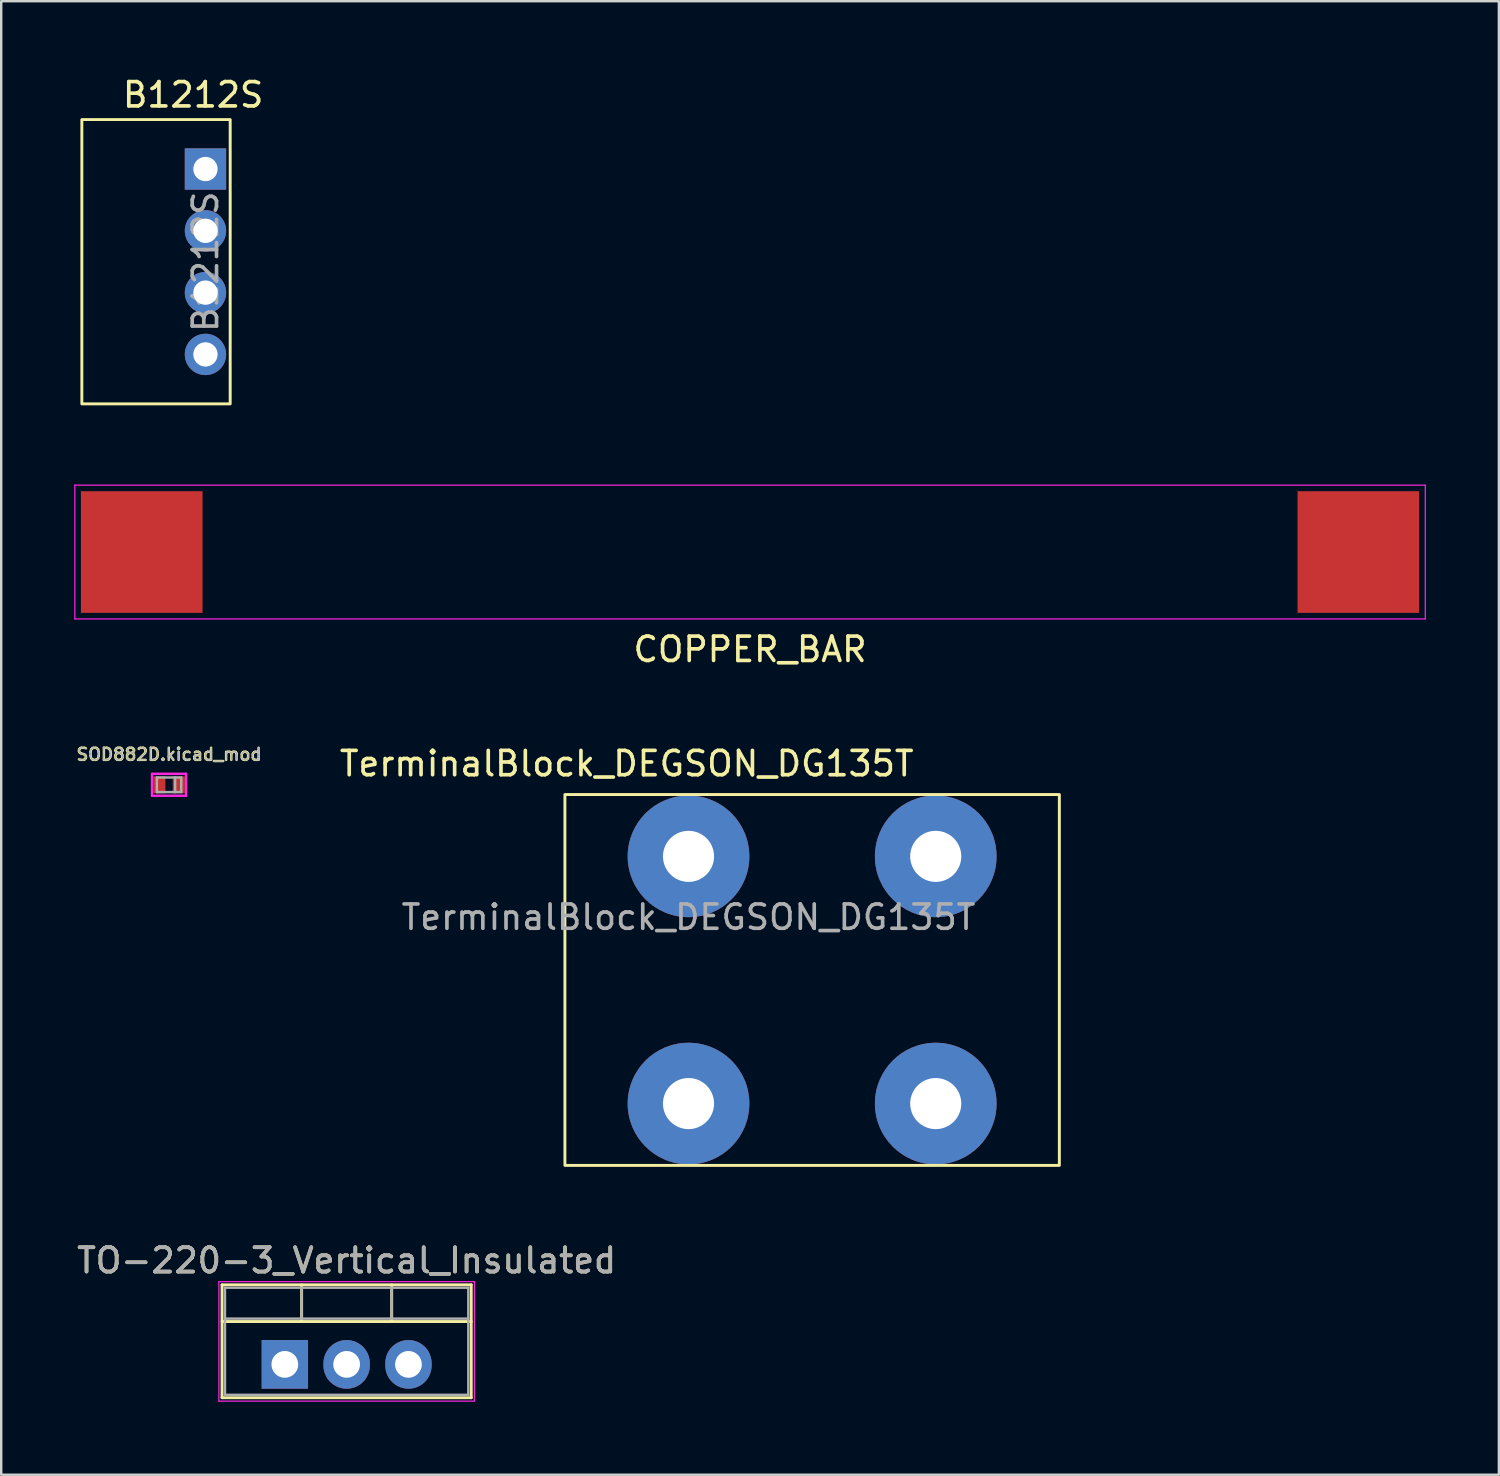
<source format=kicad_pcb>
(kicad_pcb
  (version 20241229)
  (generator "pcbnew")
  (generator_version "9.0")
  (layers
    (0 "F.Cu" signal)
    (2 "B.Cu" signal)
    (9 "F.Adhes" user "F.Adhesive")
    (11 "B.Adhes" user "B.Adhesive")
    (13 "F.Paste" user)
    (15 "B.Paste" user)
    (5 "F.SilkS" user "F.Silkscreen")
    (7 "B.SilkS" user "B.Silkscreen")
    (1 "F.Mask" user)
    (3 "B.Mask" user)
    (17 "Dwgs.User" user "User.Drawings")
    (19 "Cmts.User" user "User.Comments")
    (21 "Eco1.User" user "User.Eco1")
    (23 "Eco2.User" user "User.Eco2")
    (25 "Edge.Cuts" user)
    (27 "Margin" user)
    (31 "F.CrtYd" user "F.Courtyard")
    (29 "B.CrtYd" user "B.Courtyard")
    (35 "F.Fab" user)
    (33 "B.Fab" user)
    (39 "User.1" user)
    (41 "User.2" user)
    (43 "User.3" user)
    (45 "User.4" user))
  (footprint "B1212S"
    (layer "F.Cu")
    (at 5.394 3.896)
    (property "Reference" "B1212S" (at -0.508 -3.048 180) (layer "F.SilkS") (effects (font (size 1 1) (thickness 0.15))))
    (attr through_hole)
    (fp_rect (start -5.08 -2.032) (end 1.016 9.652) (stroke (width 0.12) (type solid)) (fill no) (layer "F.SilkS"))
    (fp_rect (start -5.334 -2.286) (end 1.27 9.906) (stroke (width 0.12) (type solid)) (fill no) (layer "Margin"))
    (fp_text user "${REFERENCE}" (at 0 3.81 270) (layer "F.Fab") (effects (font (size 1 1) (thickness 0.15))))
    (pad "1" thru_hole rect (at 0 0) (size 1.7 1.7) (drill 1) (layers "*.Cu" "*.Mask"))
    (pad "2" thru_hole oval (at 0 2.54) (size 1.7 1.7) (drill 1) (layers "*.Cu" "*.Mask"))
    (pad "3" thru_hole oval (at 0 5.08) (size 1.7 1.7) (drill 1) (layers "*.Cu" "*.Mask"))
    (pad "4" thru_hole oval (at 0 7.62) (size 1.7 1.7) (drill 1) (layers "*.Cu" "*.Mask")))
  (footprint "COPPER_BAR"
    (layer "F.Cu")
    (at 27.775 19.637)
    (property "Reference" "COPPER_BAR" (at 0 4 0) (layer "F.SilkS") (effects (font (size 1 1) (thickness 0.15))))
    (attr smd exclude_from_pos_files)
    (fp_line (start -27.75 -2.75) (end 27.75 -2.75) (stroke (width 0.05) (type solid)) (layer "F.CrtYd"))
    (fp_line (start -27.75 2.75) (end -27.75 -2.75) (stroke (width 0.05) (type solid)) (layer "F.CrtYd"))
    (fp_line (start 27.75 -2.75) (end 27.75 2.75) (stroke (width 0.05) (type solid)) (layer "F.CrtYd"))
    (fp_line (start 27.75 2.75) (end -27.75 2.75) (stroke (width 0.05) (type solid)) (layer "F.CrtYd"))
    (pad "1" smd rect (at -25 0) (size 5 5) (layers "F.Cu" "F.Mask" "F.Paste"))
    (pad "2" smd rect (at 25 0) (size 5 5) (layers "F.Cu" "F.Mask" "F.Paste")))
  (footprint "TO-220-3_Vertical_Insulated"
    (layer "F.Cu")
    (at 8.656 53.022)
    (property "Reference" "TO-220-3_Vertical_Insulated" (at 2.54 -4.27 0) (layer "F.SilkS") (effects (font (size 1 1) (thickness 0.15))))
    (attr through_hole)
    (fp_line (start -2.58 -3.27) (end -2.58 1.371) (stroke (width 0.12) (type solid)) (layer "F.SilkS"))
    (fp_line (start -2.58 -3.27) (end 7.66 -3.27) (stroke (width 0.12) (type solid)) (layer "F.SilkS"))
    (fp_line (start -2.58 -1.76) (end 7.66 -1.76) (stroke (width 0.12) (type solid)) (layer "F.SilkS"))
    (fp_line (start -2.58 1.371) (end 7.66 1.371) (stroke (width 0.12) (type solid)) (layer "F.SilkS"))
    (fp_line (start 0.69 -3.27) (end 0.69 -1.76) (stroke (width 0.12) (type solid)) (layer "F.SilkS"))
    (fp_line (start 4.391 -3.27) (end 4.391 -1.76) (stroke (width 0.12) (type solid)) (layer "F.SilkS"))
    (fp_line (start 7.66 -3.27) (end 7.66 1.371) (stroke (width 0.12) (type solid)) (layer "F.SilkS"))
    (fp_line (start -2.71 -3.4) (end -2.71 1.51) (stroke (width 0.05) (type solid)) (layer "F.CrtYd"))
    (fp_line (start -2.71 1.51) (end 7.79 1.51) (stroke (width 0.05) (type solid)) (layer "F.CrtYd"))
    (fp_line (start 7.79 -3.4) (end -2.71 -3.4) (stroke (width 0.05) (type solid)) (layer "F.CrtYd"))
    (fp_line (start 7.79 1.51) (end 7.79 -3.4) (stroke (width 0.05) (type solid)) (layer "F.CrtYd"))
    (fp_line (start -2.46 -3.15) (end -2.46 1.25) (stroke (width 0.1) (type solid)) (layer "F.Fab"))
    (fp_line (start -2.46 -1.88) (end 7.54 -1.88) (stroke (width 0.1) (type solid)) (layer "F.Fab"))
    (fp_line (start -2.46 1.25) (end 7.54 1.25) (stroke (width 0.1) (type solid)) (layer "F.Fab"))
    (fp_line (start 0.69 -3.15) (end 0.69 -1.88) (stroke (width 0.1) (type solid)) (layer "F.Fab"))
    (fp_line (start 4.39 -3.15) (end 4.39 -1.88) (stroke (width 0.1) (type solid)) (layer "F.Fab"))
    (fp_line (start 7.54 -3.15) (end -2.46 -3.15) (stroke (width 0.1) (type solid)) (layer "F.Fab"))
    (fp_line (start 7.54 1.25) (end 7.54 -3.15) (stroke (width 0.1) (type solid)) (layer "F.Fab"))
    (fp_text user "${REFERENCE}" (at 2.54 -4.27 0) (layer "F.Fab") (effects (font (size 1 1) (thickness 0.15))))
    (pad "1" thru_hole rect (at 0 0) (size 1.905 2) (drill 1.1) (layers "*.Cu" "*.Mask"))
    (pad "2" thru_hole oval (at 2.54 0) (size 1.905 2) (drill 1.1) (layers "*.Cu" "*.Mask"))
    (pad "3" thru_hole oval (at 5.08 0) (size 1.905 2) (drill 1.1) (layers "*.Cu" "*.Mask")))
  (footprint "SOD882D.kicad_mod"
    (layer "F.Cu")
    (at 3.898 29.203)
    (property "Reference" "SOD882D.kicad_mod" (at 0 -1.25 0) (layer "F.SilkS") (effects (font (size 0.5 0.5) (thickness 0.1))))
    (attr smd)
    (fp_line (start -0.7 -0.45) (end 0.7 -0.45) (stroke (width 0.1) (type solid)) (layer "F.CrtYd"))
    (fp_line (start -0.7 0.45) (end -0.7 -0.45) (stroke (width 0.1) (type solid)) (layer "F.CrtYd"))
    (fp_line (start 0.7 -0.45) (end 0.7 0.45) (stroke (width 0.1) (type solid)) (layer "F.CrtYd"))
    (fp_line (start 0.7 0.45) (end -0.7 0.45) (stroke (width 0.1) (type solid)) (layer "F.CrtYd"))
    (fp_line (start -0.5 -0.3) (end 0.5 -0.3) (stroke (width 0.1) (type solid)) (layer "F.Fab"))
    (fp_line (start -0.5 0.3) (end -0.5 -0.3) (stroke (width 0.1) (type solid)) (layer "F.Fab"))
    (fp_line (start 0.25 -0.3) (end 0.25 0.3) (stroke (width 0.1) (type solid)) (layer "F.Fab"))
    (fp_line (start 0.5 -0.3) (end 0.5 0.3) (stroke (width 0.1) (type solid)) (layer "F.Fab"))
    (fp_line (start 0.5 0.3) (end -0.5 0.3) (stroke (width 0.1) (type solid)) (layer "F.Fab"))
    (fp_text user "${REFERENCE}" (at 0 -1.25 0) (layer "F.Fab") (effects (font (size 0.5 0.5) (thickness 0.05))))
    (pad "1" smd rect (at -0.4 0) (size 0.5 0.7) (layers "F.Cu" "F.Mask" "F.Paste"))
    (pad "2" smd rect (at 0.4 0) (size 0.5 0.7) (layers "F.Cu" "F.Mask" "F.Paste")))
  (footprint "TerminalBlock_DEGSON_DG135T"
    (layer "F.Cu")
    (at 25.246 32.144)
    (property "Reference" "TerminalBlock_DEGSON_DG135T" (at -2.54 -3.81 0) (unlocked yes) (layer "F.SilkS") (effects (font (size 1 1) (thickness 0.15))))
    (attr through_hole)
    (fp_rect (start -5.08 -2.54) (end 15.24 12.7) (stroke (width 0.12) (type solid)) (fill no) (layer "F.SilkS"))
    (fp_text user "${REFERENCE}" (at 0 2.5 0) (unlocked yes) (layer "F.Fab") (effects (font (size 1 1) (thickness 0.15))))
    (pad "1" thru_hole circle (at 0 0) (size 5 5) (drill 2.1) (layers "*.Cu" "*.Mask"))
    (pad "1" thru_hole circle (at 0 10.16) (size 5 5) (drill 2.1) (layers "*.Cu" "*.Mask"))
    (pad "2" thru_hole circle (at 10.16 0) (size 5 5) (drill 2.1) (layers "*.Cu" "*.Mask"))
    (pad "2" thru_hole circle (at 10.16 10.16) (size 5 5) (drill 2.1) (layers "*.Cu" "*.Mask")))
  (gr_rect
    (start -3 -3)
    (end 58.55 57.557)
    (stroke (width 0.1) (type default))
    (fill no)
    (layer "Edge.Cuts")))
</source>
